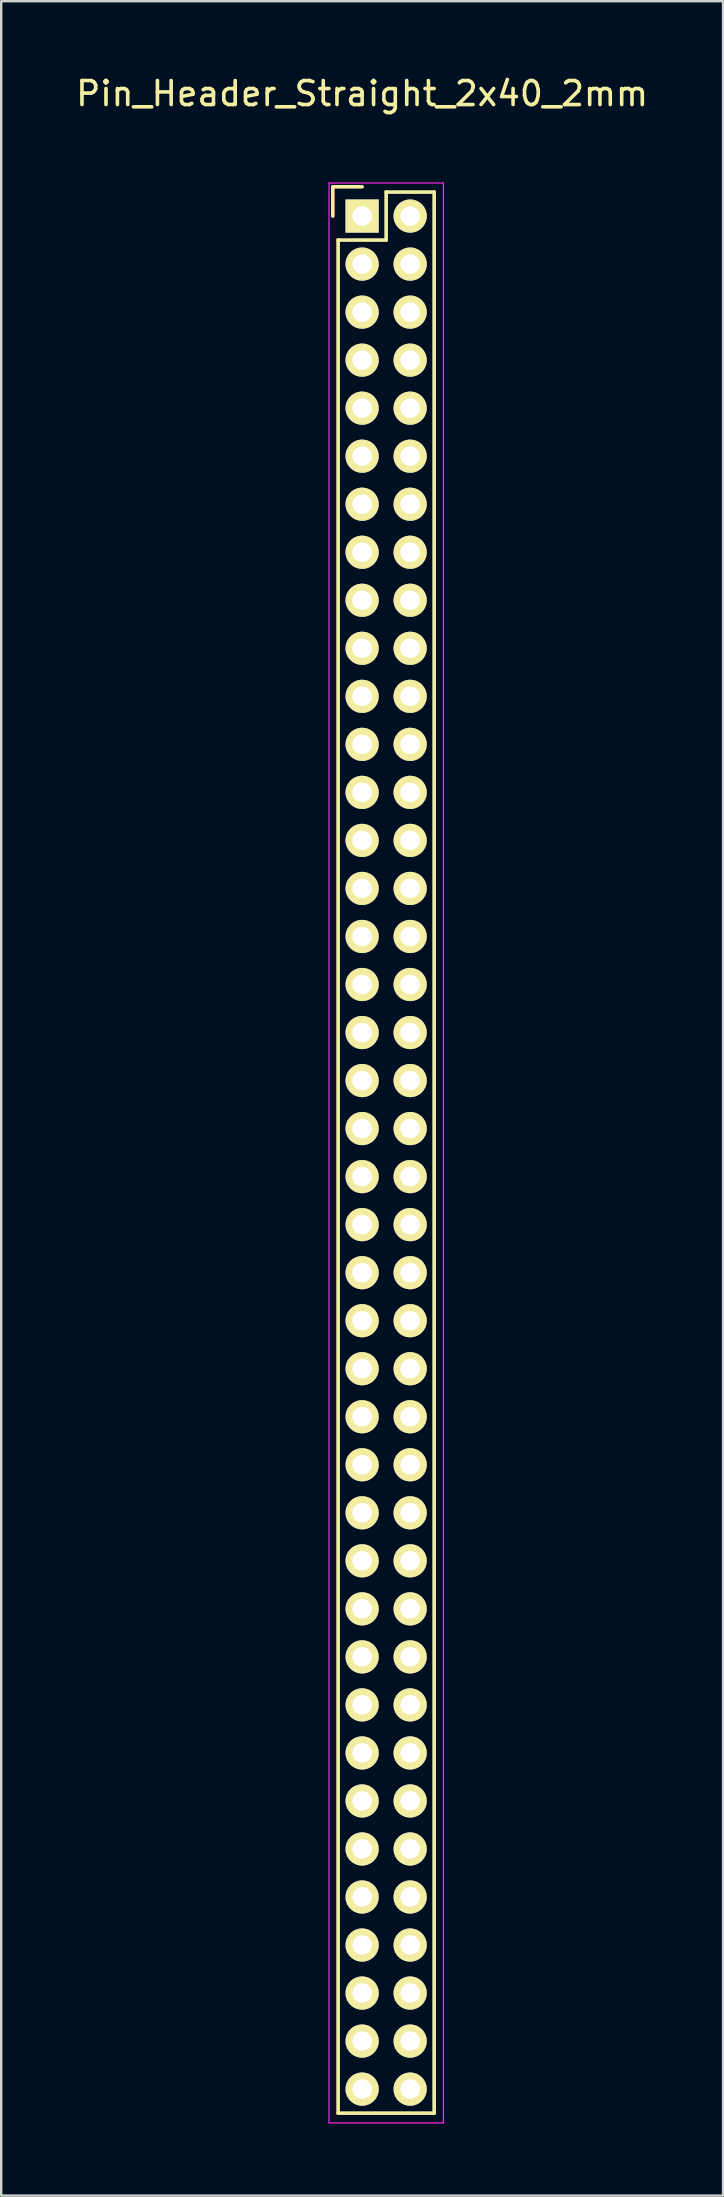
<source format=kicad_pcb>
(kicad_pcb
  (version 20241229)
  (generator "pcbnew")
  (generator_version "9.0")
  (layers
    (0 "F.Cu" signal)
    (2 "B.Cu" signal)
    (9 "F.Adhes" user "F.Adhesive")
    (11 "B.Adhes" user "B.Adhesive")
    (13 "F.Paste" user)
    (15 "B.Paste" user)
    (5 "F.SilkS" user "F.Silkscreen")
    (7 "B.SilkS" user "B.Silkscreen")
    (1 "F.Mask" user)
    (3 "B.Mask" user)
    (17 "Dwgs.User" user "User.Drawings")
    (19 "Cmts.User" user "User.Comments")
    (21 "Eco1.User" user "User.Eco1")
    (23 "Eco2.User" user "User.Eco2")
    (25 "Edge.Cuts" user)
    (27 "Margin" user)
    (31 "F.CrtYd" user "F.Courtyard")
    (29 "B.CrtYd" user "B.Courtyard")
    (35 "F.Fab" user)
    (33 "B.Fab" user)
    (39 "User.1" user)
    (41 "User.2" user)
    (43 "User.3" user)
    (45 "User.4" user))
  (footprint "Pin_Header_Straight_2x40_2mm"
    (layer "F.Cu")
    (at 12.03 5.948)
    (property "Reference" "Pin_Header_Straight_2x40_2mm" (at 0 -5.1 0) (layer "F.SilkS") (effects (font (size 1 1) (thickness 0.15))))
    (attr through_hole)
    (fp_line (start -1.22 -1.22) (end -1.22 0) (stroke (width 0.15) (type solid)) (layer "F.SilkS"))
    (fp_line (start -1 79) (end -1 1) (stroke (width 0.15) (type solid)) (layer "F.SilkS"))
    (fp_line (start 0 -1.22) (end -1.22 -1.22) (stroke (width 0.15) (type solid)) (layer "F.SilkS"))
    (fp_line (start 1 -1) (end 1 1) (stroke (width 0.15) (type solid)) (layer "F.SilkS"))
    (fp_line (start 1 1) (end -1 1) (stroke (width 0.15) (type solid)) (layer "F.SilkS"))
    (fp_line (start 3 -1) (end 1 -1) (stroke (width 0.15) (type solid)) (layer "F.SilkS"))
    (fp_line (start 3 -1) (end 3 79) (stroke (width 0.15) (type solid)) (layer "F.SilkS"))
    (fp_line (start 3 79) (end -1 79) (stroke (width 0.15) (type solid)) (layer "F.SilkS"))
    (fp_line (start -1.378 -1.378) (end -1.378 79.409) (stroke (width 0.05) (type solid)) (layer "F.CrtYd"))
    (fp_line (start -1.378 -1.378) (end 3.386 -1.378) (stroke (width 0.05) (type solid)) (layer "F.CrtYd"))
    (fp_line (start -1.378 79.409) (end 3.386 79.409) (stroke (width 0.05) (type solid)) (layer "F.CrtYd"))
    (fp_line (start 3.386 -1.378) (end 3.386 79.409) (stroke (width 0.05) (type solid)) (layer "F.CrtYd"))
    (pad "1" thru_hole rect (at 0 0) (size 1.382 1.382) (drill 0.812) (layers "*.Cu" "*.Mask" "F.SilkS"))
    (pad "2" thru_hole oval (at 2 0) (size 1.382 1.382) (drill 0.812) (layers "*.Cu" "*.Mask" "F.SilkS"))
    (pad "3" thru_hole oval (at 0 2) (size 1.382 1.382) (drill 0.812) (layers "*.Cu" "*.Mask" "F.SilkS"))
    (pad "4" thru_hole oval (at 2 2) (size 1.382 1.382) (drill 0.812) (layers "*.Cu" "*.Mask" "F.SilkS"))
    (pad "5" thru_hole oval (at 0 4) (size 1.382 1.382) (drill 0.812) (layers "*.Cu" "*.Mask" "F.SilkS"))
    (pad "6" thru_hole oval (at 2 4) (size 1.382 1.382) (drill 0.812) (layers "*.Cu" "*.Mask" "F.SilkS"))
    (pad "7" thru_hole oval (at 0 6) (size 1.382 1.382) (drill 0.812) (layers "*.Cu" "*.Mask" "F.SilkS"))
    (pad "8" thru_hole oval (at 2 6) (size 1.382 1.382) (drill 0.812) (layers "*.Cu" "*.Mask" "F.SilkS"))
    (pad "9" thru_hole oval (at 0 8) (size 1.382 1.382) (drill 0.812) (layers "*.Cu" "*.Mask" "F.SilkS"))
    (pad "10" thru_hole oval (at 2 8) (size 1.382 1.382) (drill 0.812) (layers "*.Cu" "*.Mask" "F.SilkS"))
    (pad "11" thru_hole oval (at 0 10) (size 1.382 1.382) (drill 0.812) (layers "*.Cu" "*.Mask" "F.SilkS"))
    (pad "12" thru_hole oval (at 2 10) (size 1.382 1.382) (drill 0.812) (layers "*.Cu" "*.Mask" "F.SilkS"))
    (pad "13" thru_hole oval (at 0 12) (size 1.382 1.382) (drill 0.812) (layers "*.Cu" "*.Mask" "F.SilkS"))
    (pad "14" thru_hole oval (at 2 12) (size 1.382 1.382) (drill 0.812) (layers "*.Cu" "*.Mask" "F.SilkS"))
    (pad "15" thru_hole oval (at 0 14) (size 1.382 1.382) (drill 0.812) (layers "*.Cu" "*.Mask" "F.SilkS"))
    (pad "16" thru_hole oval (at 2 14) (size 1.382 1.382) (drill 0.812) (layers "*.Cu" "*.Mask" "F.SilkS"))
    (pad "17" thru_hole oval (at 0 16) (size 1.382 1.382) (drill 0.812) (layers "*.Cu" "*.Mask" "F.SilkS"))
    (pad "18" thru_hole oval (at 2 16) (size 1.382 1.382) (drill 0.812) (layers "*.Cu" "*.Mask" "F.SilkS"))
    (pad "19" thru_hole oval (at 0 18) (size 1.382 1.382) (drill 0.812) (layers "*.Cu" "*.Mask" "F.SilkS"))
    (pad "20" thru_hole oval (at 2 18) (size 1.382 1.382) (drill 0.812) (layers "*.Cu" "*.Mask" "F.SilkS"))
    (pad "21" thru_hole oval (at 0 20) (size 1.382 1.382) (drill 0.812) (layers "*.Cu" "*.Mask" "F.SilkS"))
    (pad "22" thru_hole oval (at 2 20) (size 1.382 1.382) (drill 0.812) (layers "*.Cu" "*.Mask" "F.SilkS"))
    (pad "23" thru_hole oval (at 0 22) (size 1.382 1.382) (drill 0.812) (layers "*.Cu" "*.Mask" "F.SilkS"))
    (pad "24" thru_hole oval (at 2 22) (size 1.382 1.382) (drill 0.812) (layers "*.Cu" "*.Mask" "F.SilkS"))
    (pad "25" thru_hole oval (at 0 24) (size 1.382 1.382) (drill 0.812) (layers "*.Cu" "*.Mask" "F.SilkS"))
    (pad "26" thru_hole oval (at 2 24) (size 1.382 1.382) (drill 0.812) (layers "*.Cu" "*.Mask" "F.SilkS"))
    (pad "27" thru_hole oval (at 0 26) (size 1.382 1.382) (drill 0.812) (layers "*.Cu" "*.Mask" "F.SilkS"))
    (pad "28" thru_hole oval (at 2 26) (size 1.382 1.382) (drill 0.812) (layers "*.Cu" "*.Mask" "F.SilkS"))
    (pad "29" thru_hole oval (at 0 28) (size 1.382 1.382) (drill 0.812) (layers "*.Cu" "*.Mask" "F.SilkS"))
    (pad "30" thru_hole oval (at 2 28) (size 1.382 1.382) (drill 0.812) (layers "*.Cu" "*.Mask" "F.SilkS"))
    (pad "31" thru_hole oval (at 0 30) (size 1.382 1.382) (drill 0.812) (layers "*.Cu" "*.Mask" "F.SilkS"))
    (pad "32" thru_hole oval (at 2 30) (size 1.382 1.382) (drill 0.812) (layers "*.Cu" "*.Mask" "F.SilkS"))
    (pad "33" thru_hole oval (at 0 32) (size 1.382 1.382) (drill 0.812) (layers "*.Cu" "*.Mask" "F.SilkS"))
    (pad "34" thru_hole oval (at 2 32) (size 1.382 1.382) (drill 0.812) (layers "*.Cu" "*.Mask" "F.SilkS"))
    (pad "35" thru_hole oval (at 0 34) (size 1.382 1.382) (drill 0.812) (layers "*.Cu" "*.Mask" "F.SilkS"))
    (pad "36" thru_hole oval (at 2 34) (size 1.382 1.382) (drill 0.812) (layers "*.Cu" "*.Mask" "F.SilkS"))
    (pad "37" thru_hole oval (at 0 36) (size 1.382 1.382) (drill 0.812) (layers "*.Cu" "*.Mask" "F.SilkS"))
    (pad "38" thru_hole oval (at 2 36) (size 1.382 1.382) (drill 0.812) (layers "*.Cu" "*.Mask" "F.SilkS"))
    (pad "39" thru_hole oval (at 0 38) (size 1.382 1.382) (drill 0.812) (layers "*.Cu" "*.Mask" "F.SilkS"))
    (pad "40" thru_hole oval (at 2 38) (size 1.382 1.382) (drill 0.812) (layers "*.Cu" "*.Mask" "F.SilkS"))
    (pad "41" thru_hole oval (at 0 40) (size 1.382 1.382) (drill 0.812) (layers "*.Cu" "*.Mask" "F.SilkS"))
    (pad "42" thru_hole oval (at 2 40) (size 1.382 1.382) (drill 0.812) (layers "*.Cu" "*.Mask" "F.SilkS"))
    (pad "43" thru_hole oval (at 0 42) (size 1.382 1.382) (drill 0.812) (layers "*.Cu" "*.Mask" "F.SilkS"))
    (pad "44" thru_hole oval (at 2 42) (size 1.382 1.382) (drill 0.812) (layers "*.Cu" "*.Mask" "F.SilkS"))
    (pad "45" thru_hole oval (at 0 44) (size 1.382 1.382) (drill 0.812) (layers "*.Cu" "*.Mask" "F.SilkS"))
    (pad "46" thru_hole oval (at 2 44) (size 1.382 1.382) (drill 0.812) (layers "*.Cu" "*.Mask" "F.SilkS"))
    (pad "47" thru_hole oval (at 0 46) (size 1.382 1.382) (drill 0.812) (layers "*.Cu" "*.Mask" "F.SilkS"))
    (pad "48" thru_hole oval (at 2 46) (size 1.382 1.382) (drill 0.812) (layers "*.Cu" "*.Mask" "F.SilkS"))
    (pad "49" thru_hole oval (at 0 48) (size 1.382 1.382) (drill 0.812) (layers "*.Cu" "*.Mask" "F.SilkS"))
    (pad "50" thru_hole oval (at 2 48) (size 1.382 1.382) (drill 0.812) (layers "*.Cu" "*.Mask" "F.SilkS"))
    (pad "51" thru_hole oval (at 0 50) (size 1.382 1.382) (drill 0.812) (layers "*.Cu" "*.Mask" "F.SilkS"))
    (pad "52" thru_hole oval (at 2 50) (size 1.382 1.382) (drill 0.812) (layers "*.Cu" "*.Mask" "F.SilkS"))
    (pad "53" thru_hole oval (at 0 52) (size 1.382 1.382) (drill 0.812) (layers "*.Cu" "*.Mask" "F.SilkS"))
    (pad "54" thru_hole oval (at 2 52) (size 1.382 1.382) (drill 0.812) (layers "*.Cu" "*.Mask" "F.SilkS"))
    (pad "55" thru_hole oval (at 0 54) (size 1.382 1.382) (drill 0.812) (layers "*.Cu" "*.Mask" "F.SilkS"))
    (pad "56" thru_hole oval (at 2 54) (size 1.382 1.382) (drill 0.812) (layers "*.Cu" "*.Mask" "F.SilkS"))
    (pad "57" thru_hole oval (at 0 56) (size 1.382 1.382) (drill 0.812) (layers "*.Cu" "*.Mask" "F.SilkS"))
    (pad "58" thru_hole oval (at 2 56) (size 1.382 1.382) (drill 0.812) (layers "*.Cu" "*.Mask" "F.SilkS"))
    (pad "59" thru_hole oval (at 0 58) (size 1.382 1.382) (drill 0.812) (layers "*.Cu" "*.Mask" "F.SilkS"))
    (pad "60" thru_hole oval (at 2 58) (size 1.382 1.382) (drill 0.812) (layers "*.Cu" "*.Mask" "F.SilkS"))
    (pad "61" thru_hole oval (at 0 60) (size 1.382 1.382) (drill 0.812) (layers "*.Cu" "*.Mask" "F.SilkS"))
    (pad "62" thru_hole oval (at 2 60) (size 1.382 1.382) (drill 0.812) (layers "*.Cu" "*.Mask" "F.SilkS"))
    (pad "63" thru_hole oval (at 0 62) (size 1.382 1.382) (drill 0.812) (layers "*.Cu" "*.Mask" "F.SilkS"))
    (pad "64" thru_hole oval (at 2 62) (size 1.382 1.382) (drill 0.812) (layers "*.Cu" "*.Mask" "F.SilkS"))
    (pad "65" thru_hole oval (at 0 64) (size 1.382 1.382) (drill 0.812) (layers "*.Cu" "*.Mask" "F.SilkS"))
    (pad "66" thru_hole oval (at 2 64) (size 1.382 1.382) (drill 0.812) (layers "*.Cu" "*.Mask" "F.SilkS"))
    (pad "67" thru_hole oval (at 0 66) (size 1.382 1.382) (drill 0.812) (layers "*.Cu" "*.Mask" "F.SilkS"))
    (pad "68" thru_hole oval (at 2 66) (size 1.382 1.382) (drill 0.812) (layers "*.Cu" "*.Mask" "F.SilkS"))
    (pad "69" thru_hole oval (at 0 68) (size 1.382 1.382) (drill 0.812) (layers "*.Cu" "*.Mask" "F.SilkS"))
    (pad "70" thru_hole oval (at 2 68) (size 1.382 1.382) (drill 0.812) (layers "*.Cu" "*.Mask" "F.SilkS"))
    (pad "71" thru_hole oval (at 0 70) (size 1.382 1.382) (drill 0.812) (layers "*.Cu" "*.Mask" "F.SilkS"))
    (pad "72" thru_hole oval (at 2 70) (size 1.382 1.382) (drill 0.812) (layers "*.Cu" "*.Mask" "F.SilkS"))
    (pad "73" thru_hole oval (at 0 72) (size 1.382 1.382) (drill 0.812) (layers "*.Cu" "*.Mask" "F.SilkS"))
    (pad "74" thru_hole oval (at 2 72) (size 1.382 1.382) (drill 0.812) (layers "*.Cu" "*.Mask" "F.SilkS"))
    (pad "75" thru_hole oval (at 0 74) (size 1.382 1.382) (drill 0.812) (layers "*.Cu" "*.Mask" "F.SilkS"))
    (pad "76" thru_hole oval (at 2 74) (size 1.382 1.382) (drill 0.812) (layers "*.Cu" "*.Mask" "F.SilkS"))
    (pad "77" thru_hole oval (at 0 76) (size 1.382 1.382) (drill 0.812) (layers "*.Cu" "*.Mask" "F.SilkS"))
    (pad "78" thru_hole oval (at 2 76) (size 1.382 1.382) (drill 0.812) (layers "*.Cu" "*.Mask" "F.SilkS"))
    (pad "79" thru_hole oval (at 0 78) (size 1.382 1.382) (drill 0.812) (layers "*.Cu" "*.Mask" "F.SilkS"))
    (pad "80" thru_hole oval (at 2 78) (size 1.382 1.382) (drill 0.812) (layers "*.Cu" "*.Mask" "F.SilkS")))
  (gr_rect
    (start -3 -3)
    (end 27.06 88.382)
    (stroke (width 0.1) (type default))
    (fill no)
    (layer "Edge.Cuts")))
</source>
